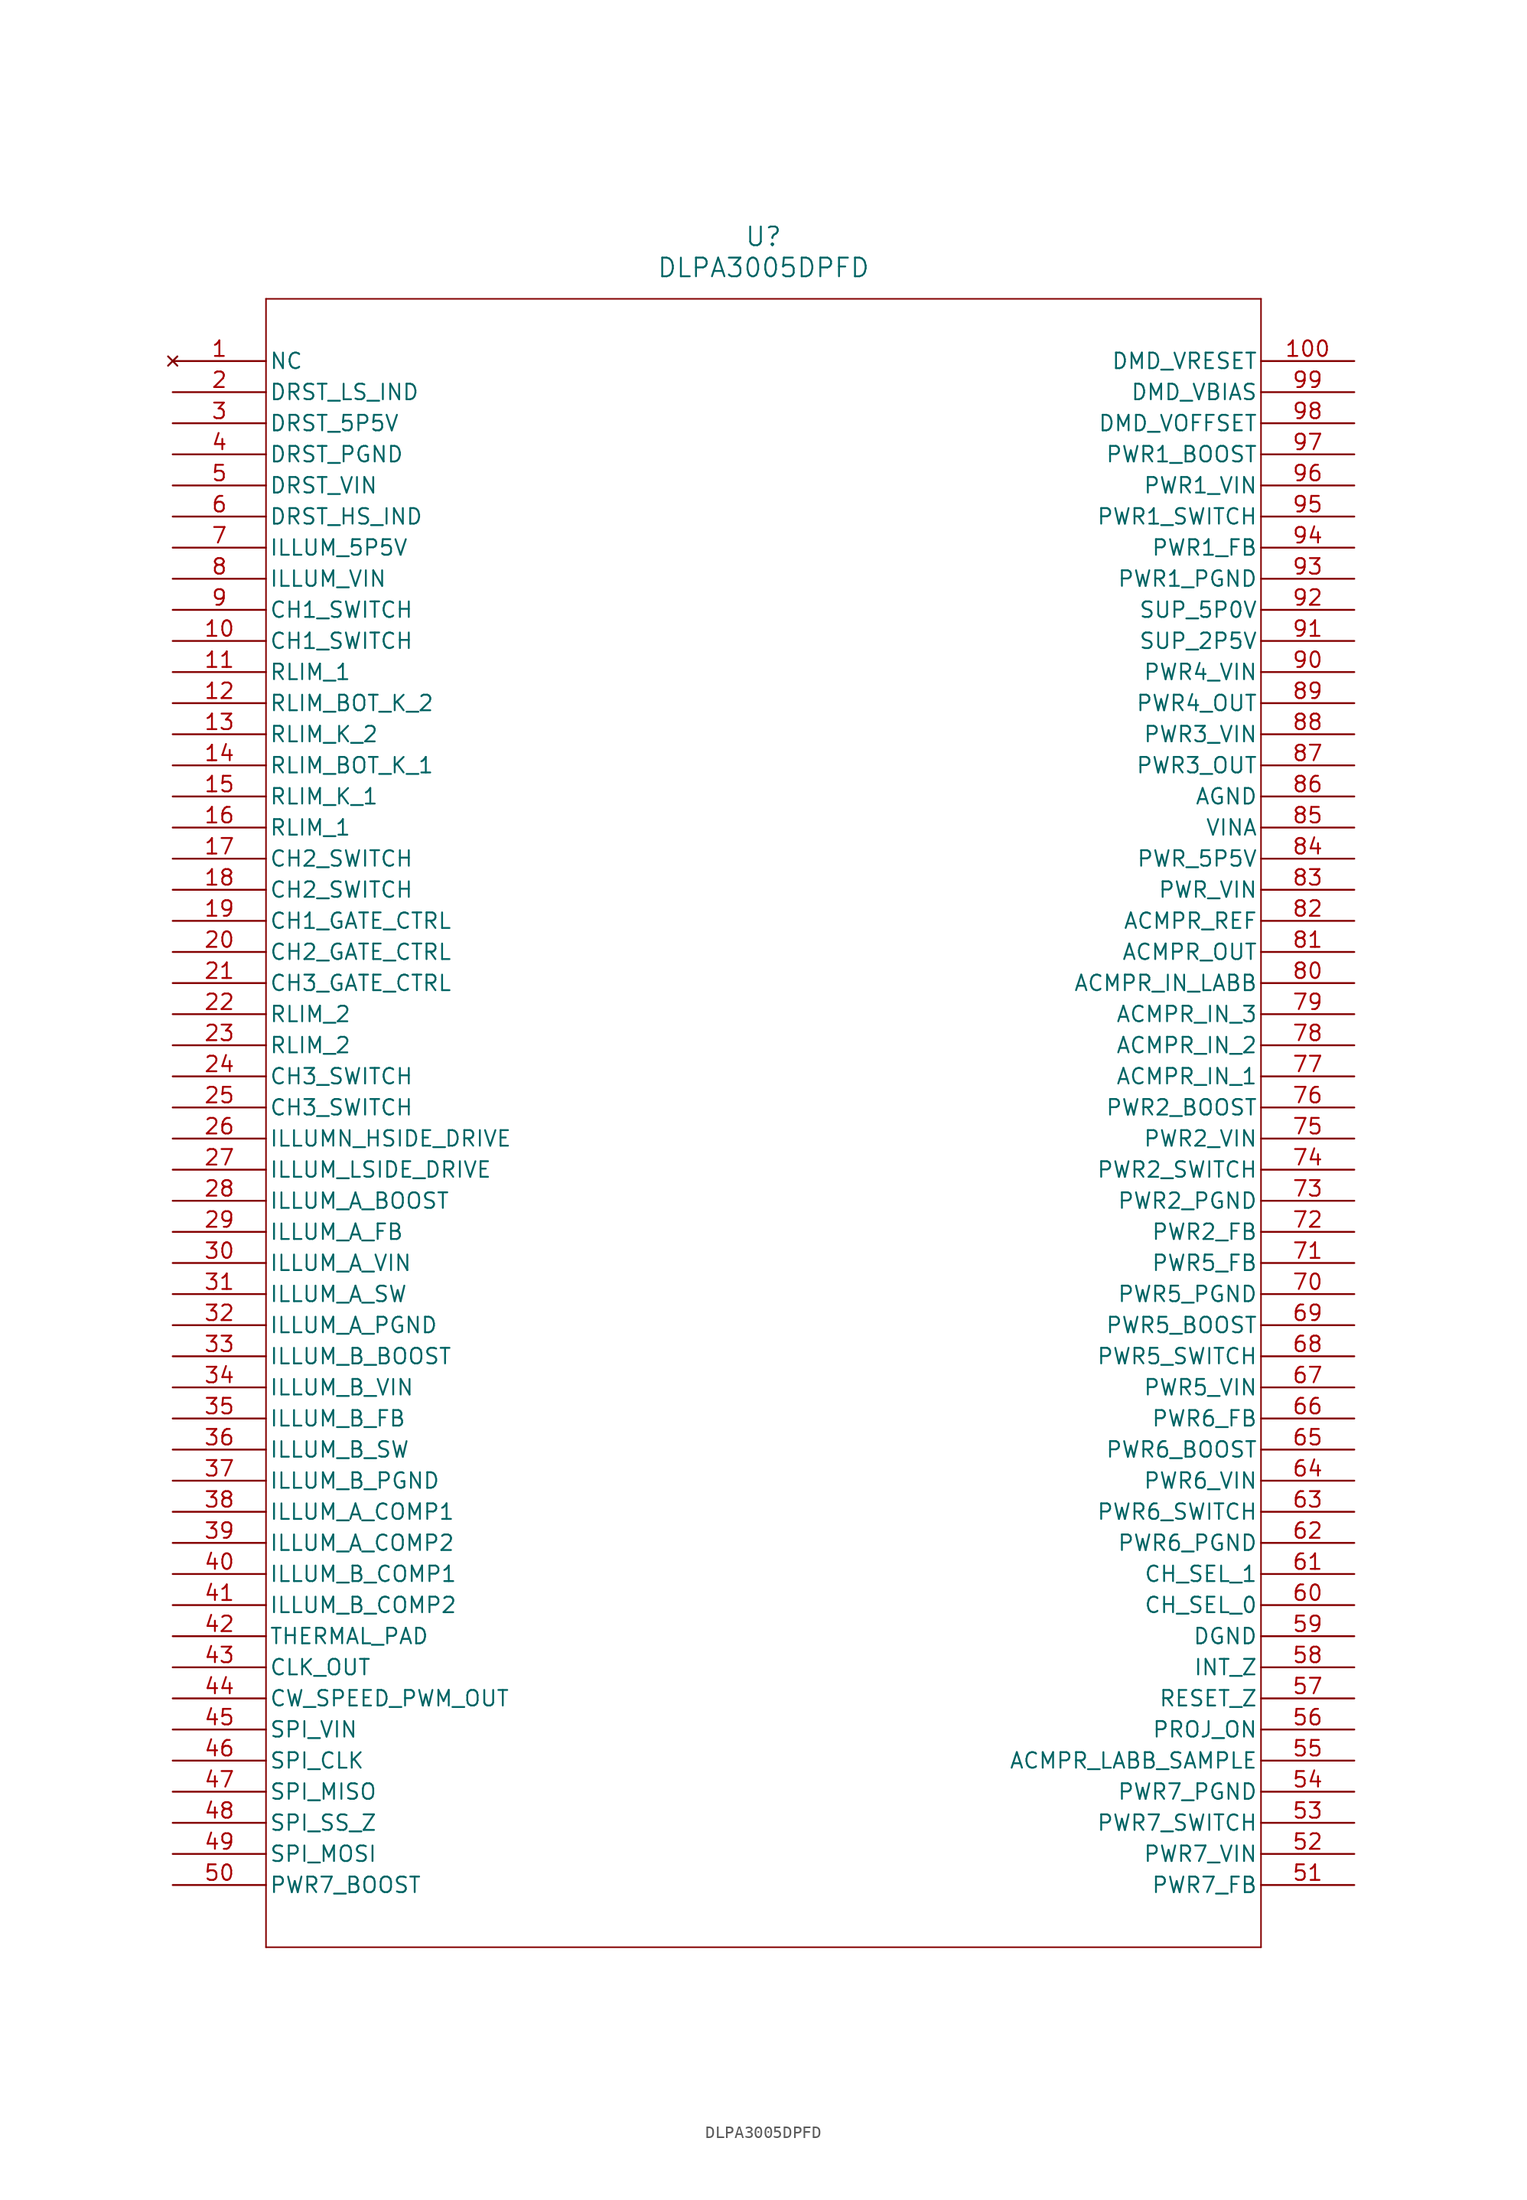
<source format=kicad_sym>
(kicad_symbol_lib
  (version 20211014)
  (generator kicad_symbol_editor)
  (symbol "DLPA3005DPFD"
    (pin_names
      (offset 0.254))
    (property "Reference" "U"
      (at 48.26 10.16 0)
      (effects (font (size 1.524 1.524))))
    (property "Value" "DLPA3005DPFD"
      (at 48.26 7.62 0)
      (effects (font (size 1.524 1.524))))
    (symbol "DLPA3005DPFD_0_1"
      (polyline (pts (xy 7.62 5.08) (xy 7.62 -129.54)) (stroke (width 0.127) (type default) (color 0 0 0 0)) (fill (type none)))
      (polyline (pts (xy 7.62 -129.54) (xy 88.9 -129.54)) (stroke (width 0.127) (type default) (color 0 0 0 0)) (fill (type none)))
      (polyline (pts (xy 88.9 -129.54) (xy 88.9 5.08)) (stroke (width 0.127) (type default) (color 0 0 0 0)) (fill (type none)))
      (polyline (pts (xy 88.9 5.08) (xy 7.62 5.08)) (stroke (width 0.127) (type default) (color 0 0 0 0)) (fill (type none)))
      (pin no_connect line (at 0 0 0) (length 7.62) (name "NC" (effects (font (size 1.27 1.27)))) (number "1" (effects (font (size 1.27 1.27)))))
      (pin bidirectional line (at 0 -2.54 0) (length 7.62) (name "DRST_LS_IND" (effects (font (size 1.27 1.27)))) (number "2" (effects (font (size 1.27 1.27)))))
      (pin output line (at 0 -5.08 0) (length 7.62) (name "DRST_5P5V" (effects (font (size 1.27 1.27)))) (number "3" (effects (font (size 1.27 1.27)))))
      (pin power_in line (at 0 -7.62 0) (length 7.62) (name "DRST_PGND" (effects (font (size 1.27 1.27)))) (number "4" (effects (font (size 1.27 1.27)))))
      (pin power_in line (at 0 -10.16 0) (length 7.62) (name "DRST_VIN" (effects (font (size 1.27 1.27)))) (number "5" (effects (font (size 1.27 1.27)))))
      (pin bidirectional line (at 0 -12.7 0) (length 7.62) (name "DRST_HS_IND" (effects (font (size 1.27 1.27)))) (number "6" (effects (font (size 1.27 1.27)))))
      (pin output line (at 0 -15.24 0) (length 7.62) (name "ILLUM_5P5V" (effects (font (size 1.27 1.27)))) (number "7" (effects (font (size 1.27 1.27)))))
      (pin power_in line (at 0 -17.78 0) (length 7.62) (name "ILLUM_VIN" (effects (font (size 1.27 1.27)))) (number "8" (effects (font (size 1.27 1.27)))))
      (pin input line (at 0 -20.32 0) (length 7.62) (name "CH1_SWITCH" (effects (font (size 1.27 1.27)))) (number "9" (effects (font (size 1.27 1.27)))))
      (pin input line (at 0 -22.86 0) (length 7.62) (name "CH1_SWITCH" (effects (font (size 1.27 1.27)))) (number "10" (effects (font (size 1.27 1.27)))))
      (pin output line (at 0 -25.4 0) (length 7.62) (name "RLIM_1" (effects (font (size 1.27 1.27)))) (number "11" (effects (font (size 1.27 1.27)))))
      (pin input line (at 0 -27.94 0) (length 7.62) (name "RLIM_BOT_K_2" (effects (font (size 1.27 1.27)))) (number "12" (effects (font (size 1.27 1.27)))))
      (pin input line (at 0 -30.48 0) (length 7.62) (name "RLIM_K_2" (effects (font (size 1.27 1.27)))) (number "13" (effects (font (size 1.27 1.27)))))
      (pin input line (at 0 -33.02 0) (length 7.62) (name "RLIM_BOT_K_1" (effects (font (size 1.27 1.27)))) (number "14" (effects (font (size 1.27 1.27)))))
      (pin input line (at 0 -35.56 0) (length 7.62) (name "RLIM_K_1" (effects (font (size 1.27 1.27)))) (number "15" (effects (font (size 1.27 1.27)))))
      (pin output line (at 0 -38.1 0) (length 7.62) (name "RLIM_1" (effects (font (size 1.27 1.27)))) (number "16" (effects (font (size 1.27 1.27)))))
      (pin input line (at 0 -40.64 0) (length 7.62) (name "CH2_SWITCH" (effects (font (size 1.27 1.27)))) (number "17" (effects (font (size 1.27 1.27)))))
      (pin input line (at 0 -43.18 0) (length 7.62) (name "CH2_SWITCH" (effects (font (size 1.27 1.27)))) (number "18" (effects (font (size 1.27 1.27)))))
      (pin output line (at 0 -45.72 0) (length 7.62) (name "CH1_GATE_CTRL" (effects (font (size 1.27 1.27)))) (number "19" (effects (font (size 1.27 1.27)))))
      (pin output line (at 0 -48.26 0) (length 7.62) (name "CH2_GATE_CTRL" (effects (font (size 1.27 1.27)))) (number "20" (effects (font (size 1.27 1.27)))))
      (pin output line (at 0 -50.8 0) (length 7.62) (name "CH3_GATE_CTRL" (effects (font (size 1.27 1.27)))) (number "21" (effects (font (size 1.27 1.27)))))
      (pin output line (at 0 -53.34 0) (length 7.62) (name "RLIM_2" (effects (font (size 1.27 1.27)))) (number "22" (effects (font (size 1.27 1.27)))))
      (pin output line (at 0 -55.88 0) (length 7.62) (name "RLIM_2" (effects (font (size 1.27 1.27)))) (number "23" (effects (font (size 1.27 1.27)))))
      (pin input line (at 0 -58.42 0) (length 7.62) (name "CH3_SWITCH" (effects (font (size 1.27 1.27)))) (number "24" (effects (font (size 1.27 1.27)))))
      (pin input line (at 0 -60.96 0) (length 7.62) (name "CH3_SWITCH" (effects (font (size 1.27 1.27)))) (number "25" (effects (font (size 1.27 1.27)))))
      (pin output line (at 0 -63.5 0) (length 7.62) (name "ILLUMN_HSIDE_DRIVE" (effects (font (size 1.27 1.27)))) (number "26" (effects (font (size 1.27 1.27)))))
      (pin output line (at 0 -66.04 0) (length 7.62) (name "ILLUM_LSIDE_DRIVE" (effects (font (size 1.27 1.27)))) (number "27" (effects (font (size 1.27 1.27)))))
      (pin input line (at 0 -68.58 0) (length 7.62) (name "ILLUM_A_BOOST" (effects (font (size 1.27 1.27)))) (number "28" (effects (font (size 1.27 1.27)))))
      (pin input line (at 0 -71.12 0) (length 7.62) (name "ILLUM_A_FB" (effects (font (size 1.27 1.27)))) (number "29" (effects (font (size 1.27 1.27)))))
      (pin power_in line (at 0 -73.66 0) (length 7.62) (name "ILLUM_A_VIN" (effects (font (size 1.27 1.27)))) (number "30" (effects (font (size 1.27 1.27)))))
      (pin bidirectional line (at 0 -76.2 0) (length 7.62) (name "ILLUM_A_SW" (effects (font (size 1.27 1.27)))) (number "31" (effects (font (size 1.27 1.27)))))
      (pin power_in line (at 0 -78.74 0) (length 7.62) (name "ILLUM_A_PGND" (effects (font (size 1.27 1.27)))) (number "32" (effects (font (size 1.27 1.27)))))
      (pin input line (at 0 -81.28 0) (length 7.62) (name "ILLUM_B_BOOST" (effects (font (size 1.27 1.27)))) (number "33" (effects (font (size 1.27 1.27)))))
      (pin power_in line (at 0 -83.82 0) (length 7.62) (name "ILLUM_B_VIN" (effects (font (size 1.27 1.27)))) (number "34" (effects (font (size 1.27 1.27)))))
      (pin input line (at 0 -86.36 0) (length 7.62) (name "ILLUM_B_FB" (effects (font (size 1.27 1.27)))) (number "35" (effects (font (size 1.27 1.27)))))
      (pin bidirectional line (at 0 -88.9 0) (length 7.62) (name "ILLUM_B_SW" (effects (font (size 1.27 1.27)))) (number "36" (effects (font (size 1.27 1.27)))))
      (pin power_in line (at 0 -91.44 0) (length 7.62) (name "ILLUM_B_PGND" (effects (font (size 1.27 1.27)))) (number "37" (effects (font (size 1.27 1.27)))))
      (pin bidirectional line (at 0 -93.98 0) (length 7.62) (name "ILLUM_A_COMP1" (effects (font (size 1.27 1.27)))) (number "38" (effects (font (size 1.27 1.27)))))
      (pin bidirectional line (at 0 -96.52 0) (length 7.62) (name "ILLUM_A_COMP2" (effects (font (size 1.27 1.27)))) (number "39" (effects (font (size 1.27 1.27)))))
      (pin bidirectional line (at 0 -99.06 0) (length 7.62) (name "ILLUM_B_COMP1" (effects (font (size 1.27 1.27)))) (number "40" (effects (font (size 1.27 1.27)))))
      (pin bidirectional line (at 0 -101.6 0) (length 7.62) (name "ILLUM_B_COMP2" (effects (font (size 1.27 1.27)))) (number "41" (effects (font (size 1.27 1.27)))))
      (pin power_in line (at 0 -104.14 0) (length 7.62) (name "THERMAL_PAD" (effects (font (size 1.27 1.27)))) (number "42" (effects (font (size 1.27 1.27)))))
      (pin output line (at 0 -106.68 0) (length 7.62) (name "CLK_OUT" (effects (font (size 1.27 1.27)))) (number "43" (effects (font (size 1.27 1.27)))))
      (pin output line (at 0 -109.22 0) (length 7.62) (name "CW_SPEED_PWM_OUT" (effects (font (size 1.27 1.27)))) (number "44" (effects (font (size 1.27 1.27)))))
      (pin input line (at 0 -111.76 0) (length 7.62) (name "SPI_VIN" (effects (font (size 1.27 1.27)))) (number "45" (effects (font (size 1.27 1.27)))))
      (pin input line (at 0 -114.3 0) (length 7.62) (name "SPI_CLK" (effects (font (size 1.27 1.27)))) (number "46" (effects (font (size 1.27 1.27)))))
      (pin output line (at 0 -116.84 0) (length 7.62) (name "SPI_MISO" (effects (font (size 1.27 1.27)))) (number "47" (effects (font (size 1.27 1.27)))))
      (pin input line (at 0 -119.38 0) (length 7.62) (name "SPI_SS_Z" (effects (font (size 1.27 1.27)))) (number "48" (effects (font (size 1.27 1.27)))))
      (pin input line (at 0 -121.92 0) (length 7.62) (name "SPI_MOSI" (effects (font (size 1.27 1.27)))) (number "49" (effects (font (size 1.27 1.27)))))
      (pin input line (at 0 -124.46 0) (length 7.62) (name "PWR7_BOOST" (effects (font (size 1.27 1.27)))) (number "50" (effects (font (size 1.27 1.27)))))
      (pin input line (at 96.52 -124.46 180) (length 7.62) (name "PWR7_FB" (effects (font (size 1.27 1.27)))) (number "51" (effects (font (size 1.27 1.27)))))
      (pin power_in line (at 96.52 -121.92 180) (length 7.62) (name "PWR7_VIN" (effects (font (size 1.27 1.27)))) (number "52" (effects (font (size 1.27 1.27)))))
      (pin bidirectional line (at 96.52 -119.38 180) (length 7.62) (name "PWR7_SWITCH" (effects (font (size 1.27 1.27)))) (number "53" (effects (font (size 1.27 1.27)))))
      (pin power_in line (at 96.52 -116.84 180) (length 7.62) (name "PWR7_PGND" (effects (font (size 1.27 1.27)))) (number "54" (effects (font (size 1.27 1.27)))))
      (pin input line (at 96.52 -114.3 180) (length 7.62) (name "ACMPR_LABB_SAMPLE" (effects (font (size 1.27 1.27)))) (number "55" (effects (font (size 1.27 1.27)))))
      (pin input line (at 96.52 -111.76 180) (length 7.62) (name "PROJ_ON" (effects (font (size 1.27 1.27)))) (number "56" (effects (font (size 1.27 1.27)))))
      (pin output line (at 96.52 -109.22 180) (length 7.62) (name "RESET_Z" (effects (font (size 1.27 1.27)))) (number "57" (effects (font (size 1.27 1.27)))))
      (pin output line (at 96.52 -106.68 180) (length 7.62) (name "INT_Z" (effects (font (size 1.27 1.27)))) (number "58" (effects (font (size 1.27 1.27)))))
      (pin power_in line (at 96.52 -104.14 180) (length 7.62) (name "DGND" (effects (font (size 1.27 1.27)))) (number "59" (effects (font (size 1.27 1.27)))))
      (pin input line (at 96.52 -101.6 180) (length 7.62) (name "CH_SEL_0" (effects (font (size 1.27 1.27)))) (number "60" (effects (font (size 1.27 1.27)))))
      (pin input line (at 96.52 -99.06 180) (length 7.62) (name "CH_SEL_1" (effects (font (size 1.27 1.27)))) (number "61" (effects (font (size 1.27 1.27)))))
      (pin power_in line (at 96.52 -96.52 180) (length 7.62) (name "PWR6_PGND" (effects (font (size 1.27 1.27)))) (number "62" (effects (font (size 1.27 1.27)))))
      (pin bidirectional line (at 96.52 -93.98 180) (length 7.62) (name "PWR6_SWITCH" (effects (font (size 1.27 1.27)))) (number "63" (effects (font (size 1.27 1.27)))))
      (pin power_in line (at 96.52 -91.44 180) (length 7.62) (name "PWR6_VIN" (effects (font (size 1.27 1.27)))) (number "64" (effects (font (size 1.27 1.27)))))
      (pin input line (at 96.52 -88.9 180) (length 7.62) (name "PWR6_BOOST" (effects (font (size 1.27 1.27)))) (number "65" (effects (font (size 1.27 1.27)))))
      (pin input line (at 96.52 -86.36 180) (length 7.62) (name "PWR6_FB" (effects (font (size 1.27 1.27)))) (number "66" (effects (font (size 1.27 1.27)))))
      (pin power_in line (at 96.52 -83.82 180) (length 7.62) (name "PWR5_VIN" (effects (font (size 1.27 1.27)))) (number "67" (effects (font (size 1.27 1.27)))))
      (pin bidirectional line (at 96.52 -81.28 180) (length 7.62) (name "PWR5_SWITCH" (effects (font (size 1.27 1.27)))) (number "68" (effects (font (size 1.27 1.27)))))
      (pin input line (at 96.52 -78.74 180) (length 7.62) (name "PWR5_BOOST" (effects (font (size 1.27 1.27)))) (number "69" (effects (font (size 1.27 1.27)))))
      (pin power_in line (at 96.52 -76.2 180) (length 7.62) (name "PWR5_PGND" (effects (font (size 1.27 1.27)))) (number "70" (effects (font (size 1.27 1.27)))))
      (pin input line (at 96.52 -73.66 180) (length 7.62) (name "PWR5_FB" (effects (font (size 1.27 1.27)))) (number "71" (effects (font (size 1.27 1.27)))))
      (pin input line (at 96.52 -71.12 180) (length 7.62) (name "PWR2_FB" (effects (font (size 1.27 1.27)))) (number "72" (effects (font (size 1.27 1.27)))))
      (pin power_in line (at 96.52 -68.58 180) (length 7.62) (name "PWR2_PGND" (effects (font (size 1.27 1.27)))) (number "73" (effects (font (size 1.27 1.27)))))
      (pin bidirectional line (at 96.52 -66.04 180) (length 7.62) (name "PWR2_SWITCH" (effects (font (size 1.27 1.27)))) (number "74" (effects (font (size 1.27 1.27)))))
      (pin power_in line (at 96.52 -63.5 180) (length 7.62) (name "PWR2_VIN" (effects (font (size 1.27 1.27)))) (number "75" (effects (font (size 1.27 1.27)))))
      (pin input line (at 96.52 -60.96 180) (length 7.62) (name "PWR2_BOOST" (effects (font (size 1.27 1.27)))) (number "76" (effects (font (size 1.27 1.27)))))
      (pin input line (at 96.52 -58.42 180) (length 7.62) (name "ACMPR_IN_1" (effects (font (size 1.27 1.27)))) (number "77" (effects (font (size 1.27 1.27)))))
      (pin input line (at 96.52 -55.88 180) (length 7.62) (name "ACMPR_IN_2" (effects (font (size 1.27 1.27)))) (number "78" (effects (font (size 1.27 1.27)))))
      (pin input line (at 96.52 -53.34 180) (length 7.62) (name "ACMPR_IN_3" (effects (font (size 1.27 1.27)))) (number "79" (effects (font (size 1.27 1.27)))))
      (pin input line (at 96.52 -50.8 180) (length 7.62) (name "ACMPR_IN_LABB" (effects (font (size 1.27 1.27)))) (number "80" (effects (font (size 1.27 1.27)))))
      (pin output line (at 96.52 -48.26 180) (length 7.62) (name "ACMPR_OUT" (effects (font (size 1.27 1.27)))) (number "81" (effects (font (size 1.27 1.27)))))
      (pin input line (at 96.52 -45.72 180) (length 7.62) (name "ACMPR_REF" (effects (font (size 1.27 1.27)))) (number "82" (effects (font (size 1.27 1.27)))))
      (pin power_in line (at 96.52 -43.18 180) (length 7.62) (name "PWR_VIN" (effects (font (size 1.27 1.27)))) (number "83" (effects (font (size 1.27 1.27)))))
      (pin output line (at 96.52 -40.64 180) (length 7.62) (name "PWR_5P5V" (effects (font (size 1.27 1.27)))) (number "84" (effects (font (size 1.27 1.27)))))
      (pin power_in line (at 96.52 -38.1 180) (length 7.62) (name "VINA" (effects (font (size 1.27 1.27)))) (number "85" (effects (font (size 1.27 1.27)))))
      (pin power_in line (at 96.52 -35.56 180) (length 7.62) (name "AGND" (effects (font (size 1.27 1.27)))) (number "86" (effects (font (size 1.27 1.27)))))
      (pin output line (at 96.52 -33.02 180) (length 7.62) (name "PWR3_OUT" (effects (font (size 1.27 1.27)))) (number "87" (effects (font (size 1.27 1.27)))))
      (pin power_in line (at 96.52 -30.48 180) (length 7.62) (name "PWR3_VIN" (effects (font (size 1.27 1.27)))) (number "88" (effects (font (size 1.27 1.27)))))
      (pin output line (at 96.52 -27.94 180) (length 7.62) (name "PWR4_OUT" (effects (font (size 1.27 1.27)))) (number "89" (effects (font (size 1.27 1.27)))))
      (pin power_in line (at 96.52 -25.4 180) (length 7.62) (name "PWR4_VIN" (effects (font (size 1.27 1.27)))) (number "90" (effects (font (size 1.27 1.27)))))
      (pin output line (at 96.52 -22.86 180) (length 7.62) (name "SUP_2P5V" (effects (font (size 1.27 1.27)))) (number "91" (effects (font (size 1.27 1.27)))))
      (pin output line (at 96.52 -20.32 180) (length 7.62) (name "SUP_5P0V" (effects (font (size 1.27 1.27)))) (number "92" (effects (font (size 1.27 1.27)))))
      (pin power_in line (at 96.52 -17.78 180) (length 7.62) (name "PWR1_PGND" (effects (font (size 1.27 1.27)))) (number "93" (effects (font (size 1.27 1.27)))))
      (pin input line (at 96.52 -15.24 180) (length 7.62) (name "PWR1_FB" (effects (font (size 1.27 1.27)))) (number "94" (effects (font (size 1.27 1.27)))))
      (pin bidirectional line (at 96.52 -12.7 180) (length 7.62) (name "PWR1_SWITCH" (effects (font (size 1.27 1.27)))) (number "95" (effects (font (size 1.27 1.27)))))
      (pin power_in line (at 96.52 -10.16 180) (length 7.62) (name "PWR1_VIN" (effects (font (size 1.27 1.27)))) (number "96" (effects (font (size 1.27 1.27)))))
      (pin input line (at 96.52 -7.62 180) (length 7.62) (name "PWR1_BOOST" (effects (font (size 1.27 1.27)))) (number "97" (effects (font (size 1.27 1.27)))))
      (pin output line (at 96.52 -5.08 180) (length 7.62) (name "DMD_VOFFSET" (effects (font (size 1.27 1.27)))) (number "98" (effects (font (size 1.27 1.27)))))
      (pin output line (at 96.52 -2.54 180) (length 7.62) (name "DMD_VBIAS" (effects (font (size 1.27 1.27)))) (number "99" (effects (font (size 1.27 1.27)))))
      (pin output line (at 96.52 0 180) (length 7.62) (name "DMD_VRESET" (effects (font (size 1.27 1.27)))) (number "100" (effects (font (size 1.27 1.27))))))))
</source>
